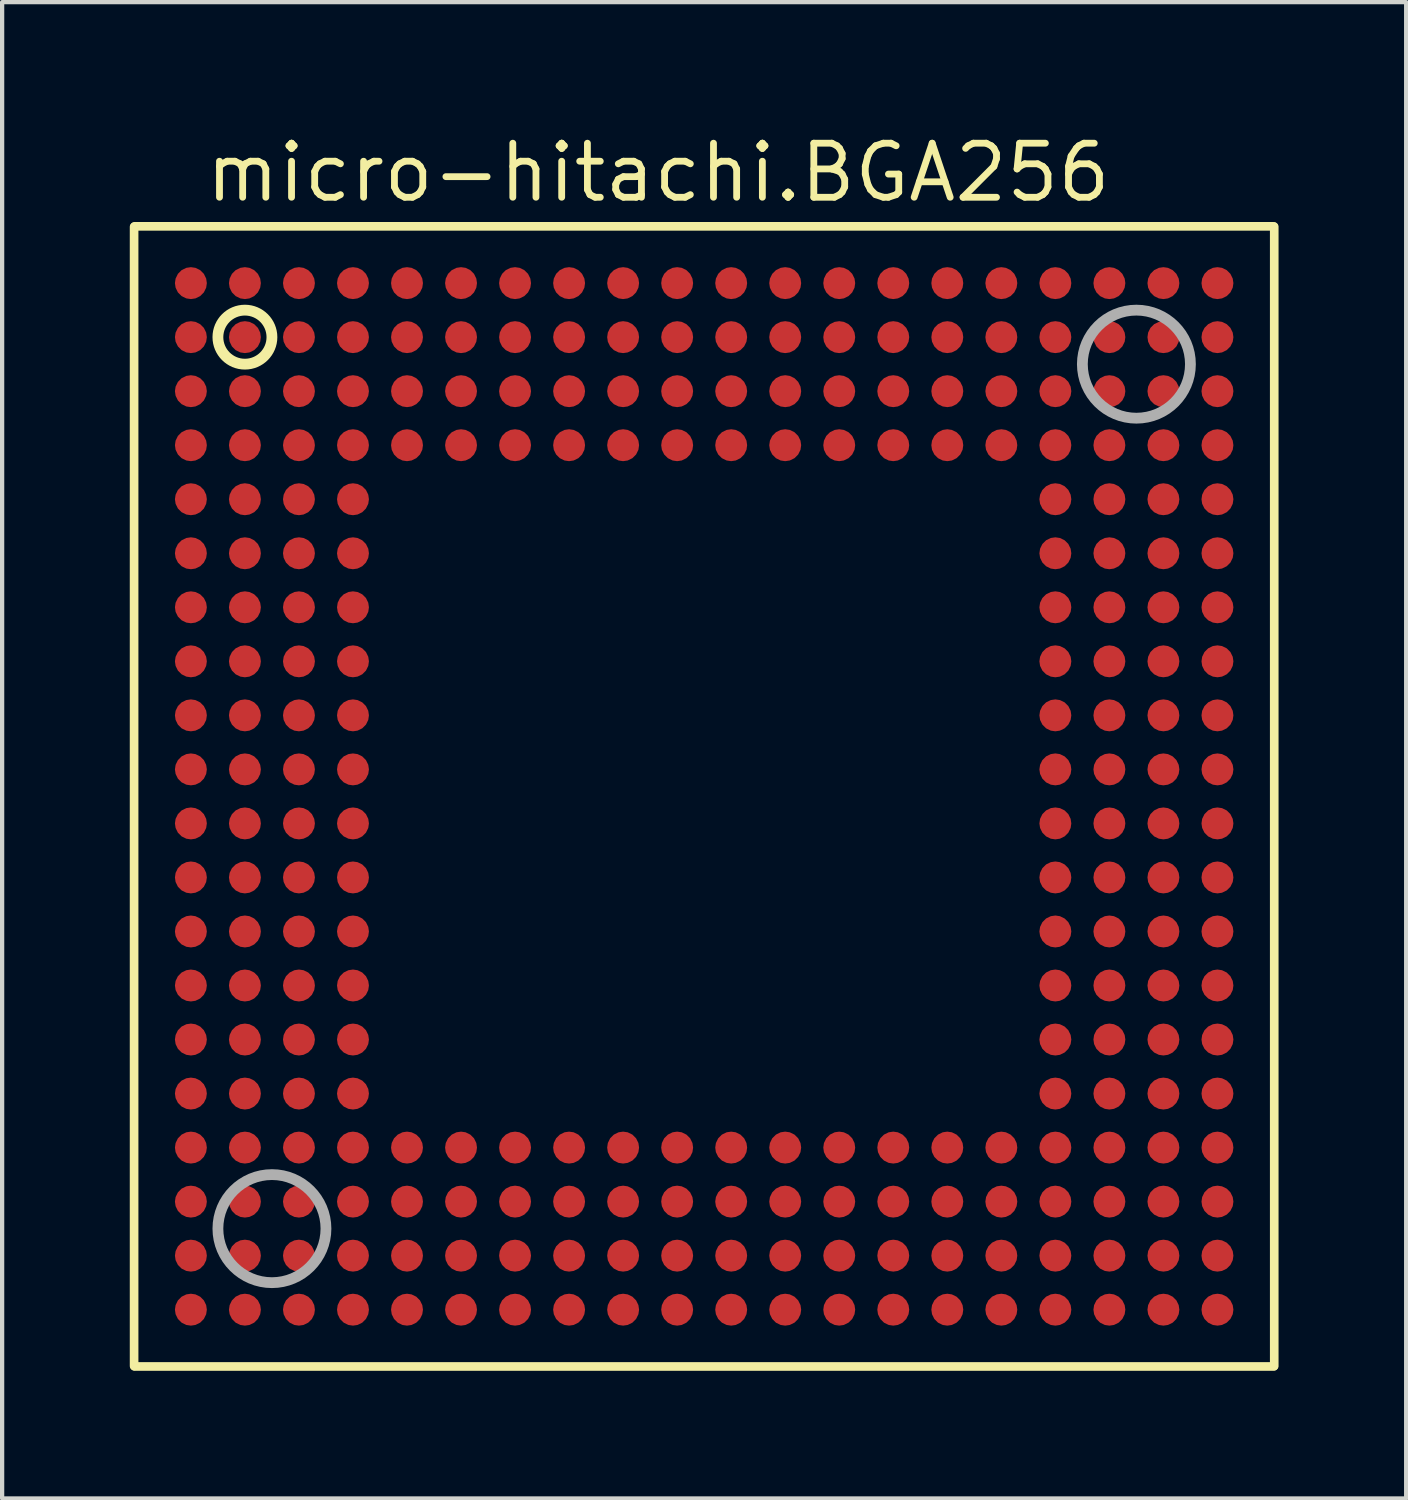
<source format=kicad_pcb>
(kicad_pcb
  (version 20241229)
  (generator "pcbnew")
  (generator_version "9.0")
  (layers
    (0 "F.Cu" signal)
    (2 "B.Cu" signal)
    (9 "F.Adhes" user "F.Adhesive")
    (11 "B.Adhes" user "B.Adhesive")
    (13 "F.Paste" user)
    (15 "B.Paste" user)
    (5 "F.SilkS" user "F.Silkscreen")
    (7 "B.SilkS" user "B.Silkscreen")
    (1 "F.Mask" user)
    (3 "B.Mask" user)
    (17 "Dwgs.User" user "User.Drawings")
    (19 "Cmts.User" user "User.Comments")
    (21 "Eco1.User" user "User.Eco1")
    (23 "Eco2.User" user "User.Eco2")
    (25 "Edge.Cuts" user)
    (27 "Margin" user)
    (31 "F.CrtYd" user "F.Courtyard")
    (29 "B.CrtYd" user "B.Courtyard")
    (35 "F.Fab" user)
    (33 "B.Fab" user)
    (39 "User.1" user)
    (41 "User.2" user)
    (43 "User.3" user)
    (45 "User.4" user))
  (footprint "micro-hitachi.BGA256"
    (layer "F.Cu")
    (at 13.502 15.67)
    (property "Reference" "micro-hitachi.BGA256" (at -11.8 -13.92 0) (layer "F.SilkS") (effects (font (size 1.27 1.27) (thickness 0.16)) (justify left bottom)))
    (attr smd)
    (fp_line (start -13.4 13.389) (end -13.4 -13.389) (stroke (width 0.203) (type default)) (layer "F.SilkS"))
    (fp_line (start -13.389 -13.4) (end 13.389 -13.4) (stroke (width 0.203) (type default)) (layer "F.SilkS"))
    (fp_line (start 13.389 13.4) (end -13.389 13.4) (stroke (width 0.203) (type default)) (layer "F.SilkS"))
    (fp_line (start 13.4 -13.389) (end 13.4 13.389) (stroke (width 0.203) (type default)) (layer "F.SilkS"))
    (fp_circle (center -10.795 -10.795) (end -10.16 -10.795) (stroke (width 0.254) (type default)) (fill no) (layer "F.SilkS"))
    (fp_circle (center -10.16 10.16) (end -8.89 10.16) (stroke (width 0.254) (type default)) (fill no) (layer "F.Fab"))
    (fp_circle (center 10.16 -10.16) (end 11.43 -10.16) (stroke (width 0.254) (type default)) (fill no) (layer "F.Fab"))
    (pad "A1" smd roundrect (at -12.065 -12.065) (size 0.75 0.75) (layers "F.Cu" "F.Mask" "F.Paste") (roundrect_rratio 0.5))
    (pad "A2" smd roundrect (at -10.795 -12.065) (size 0.75 0.75) (layers "F.Cu" "F.Mask" "F.Paste") (roundrect_rratio 0.5))
    (pad "A3" smd roundrect (at -9.525 -12.065) (size 0.75 0.75) (layers "F.Cu" "F.Mask" "F.Paste") (roundrect_rratio 0.5))
    (pad "A4" smd roundrect (at -8.255 -12.065) (size 0.75 0.75) (layers "F.Cu" "F.Mask" "F.Paste") (roundrect_rratio 0.5))
    (pad "A5" smd roundrect (at -6.985 -12.065) (size 0.75 0.75) (layers "F.Cu" "F.Mask" "F.Paste") (roundrect_rratio 0.5))
    (pad "A6" smd roundrect (at -5.715 -12.065) (size 0.75 0.75) (layers "F.Cu" "F.Mask" "F.Paste") (roundrect_rratio 0.5))
    (pad "A7" smd roundrect (at -4.445 -12.065) (size 0.75 0.75) (layers "F.Cu" "F.Mask" "F.Paste") (roundrect_rratio 0.5))
    (pad "A8" smd roundrect (at -3.175 -12.065) (size 0.75 0.75) (layers "F.Cu" "F.Mask" "F.Paste") (roundrect_rratio 0.5))
    (pad "A9" smd roundrect (at -1.905 -12.065) (size 0.75 0.75) (layers "F.Cu" "F.Mask" "F.Paste") (roundrect_rratio 0.5))
    (pad "A10" smd roundrect (at -0.635 -12.065) (size 0.75 0.75) (layers "F.Cu" "F.Mask" "F.Paste") (roundrect_rratio 0.5))
    (pad "A11" smd roundrect (at 0.635 -12.065) (size 0.75 0.75) (layers "F.Cu" "F.Mask" "F.Paste") (roundrect_rratio 0.5))
    (pad "A12" smd roundrect (at 1.905 -12.065) (size 0.75 0.75) (layers "F.Cu" "F.Mask" "F.Paste") (roundrect_rratio 0.5))
    (pad "A13" smd roundrect (at 3.175 -12.065) (size 0.75 0.75) (layers "F.Cu" "F.Mask" "F.Paste") (roundrect_rratio 0.5))
    (pad "A14" smd roundrect (at 4.445 -12.065) (size 0.75 0.75) (layers "F.Cu" "F.Mask" "F.Paste") (roundrect_rratio 0.5))
    (pad "A15" smd roundrect (at 5.715 -12.065) (size 0.75 0.75) (layers "F.Cu" "F.Mask" "F.Paste") (roundrect_rratio 0.5))
    (pad "A16" smd roundrect (at 6.985 -12.065) (size 0.75 0.75) (layers "F.Cu" "F.Mask" "F.Paste") (roundrect_rratio 0.5))
    (pad "A17" smd roundrect (at 8.255 -12.065) (size 0.75 0.75) (layers "F.Cu" "F.Mask" "F.Paste") (roundrect_rratio 0.5))
    (pad "A18" smd roundrect (at 9.525 -12.065) (size 0.75 0.75) (layers "F.Cu" "F.Mask" "F.Paste") (roundrect_rratio 0.5))
    (pad "A19" smd roundrect (at 10.795 -12.065) (size 0.75 0.75) (layers "F.Cu" "F.Mask" "F.Paste") (roundrect_rratio 0.5))
    (pad "A20" smd roundrect (at 12.065 -12.065) (size 0.75 0.75) (layers "F.Cu" "F.Mask" "F.Paste") (roundrect_rratio 0.5))
    (pad "B1" smd roundrect (at -12.065 -10.795) (size 0.75 0.75) (layers "F.Cu" "F.Mask" "F.Paste") (roundrect_rratio 0.5))
    (pad "B2" smd roundrect (at -10.795 -10.795) (size 0.75 0.75) (layers "F.Cu" "F.Mask" "F.Paste") (roundrect_rratio 0.5))
    (pad "B3" smd roundrect (at -9.525 -10.795) (size 0.75 0.75) (layers "F.Cu" "F.Mask" "F.Paste") (roundrect_rratio 0.5))
    (pad "B4" smd roundrect (at -8.255 -10.795) (size 0.75 0.75) (layers "F.Cu" "F.Mask" "F.Paste") (roundrect_rratio 0.5))
    (pad "B5" smd roundrect (at -6.985 -10.795) (size 0.75 0.75) (layers "F.Cu" "F.Mask" "F.Paste") (roundrect_rratio 0.5))
    (pad "B6" smd roundrect (at -5.715 -10.795) (size 0.75 0.75) (layers "F.Cu" "F.Mask" "F.Paste") (roundrect_rratio 0.5))
    (pad "B7" smd roundrect (at -4.445 -10.795) (size 0.75 0.75) (layers "F.Cu" "F.Mask" "F.Paste") (roundrect_rratio 0.5))
    (pad "B8" smd roundrect (at -3.175 -10.795) (size 0.75 0.75) (layers "F.Cu" "F.Mask" "F.Paste") (roundrect_rratio 0.5))
    (pad "B9" smd roundrect (at -1.905 -10.795) (size 0.75 0.75) (layers "F.Cu" "F.Mask" "F.Paste") (roundrect_rratio 0.5))
    (pad "B10" smd roundrect (at -0.635 -10.795) (size 0.75 0.75) (layers "F.Cu" "F.Mask" "F.Paste") (roundrect_rratio 0.5))
    (pad "B11" smd roundrect (at 0.635 -10.795) (size 0.75 0.75) (layers "F.Cu" "F.Mask" "F.Paste") (roundrect_rratio 0.5))
    (pad "B12" smd roundrect (at 1.905 -10.795) (size 0.75 0.75) (layers "F.Cu" "F.Mask" "F.Paste") (roundrect_rratio 0.5))
    (pad "B13" smd roundrect (at 3.175 -10.795) (size 0.75 0.75) (layers "F.Cu" "F.Mask" "F.Paste") (roundrect_rratio 0.5))
    (pad "B14" smd roundrect (at 4.445 -10.795) (size 0.75 0.75) (layers "F.Cu" "F.Mask" "F.Paste") (roundrect_rratio 0.5))
    (pad "B15" smd roundrect (at 5.715 -10.795) (size 0.75 0.75) (layers "F.Cu" "F.Mask" "F.Paste") (roundrect_rratio 0.5))
    (pad "B16" smd roundrect (at 6.985 -10.795) (size 0.75 0.75) (layers "F.Cu" "F.Mask" "F.Paste") (roundrect_rratio 0.5))
    (pad "B17" smd roundrect (at 8.255 -10.795) (size 0.75 0.75) (layers "F.Cu" "F.Mask" "F.Paste") (roundrect_rratio 0.5))
    (pad "B18" smd roundrect (at 9.525 -10.795) (size 0.75 0.75) (layers "F.Cu" "F.Mask" "F.Paste") (roundrect_rratio 0.5))
    (pad "B19" smd roundrect (at 10.795 -10.795) (size 0.75 0.75) (layers "F.Cu" "F.Mask" "F.Paste") (roundrect_rratio 0.5))
    (pad "B20" smd roundrect (at 12.065 -10.795) (size 0.75 0.75) (layers "F.Cu" "F.Mask" "F.Paste") (roundrect_rratio 0.5))
    (pad "C1" smd roundrect (at -12.065 -9.525) (size 0.75 0.75) (layers "F.Cu" "F.Mask" "F.Paste") (roundrect_rratio 0.5))
    (pad "C2" smd roundrect (at -10.795 -9.525) (size 0.75 0.75) (layers "F.Cu" "F.Mask" "F.Paste") (roundrect_rratio 0.5))
    (pad "C3" smd roundrect (at -9.525 -9.525) (size 0.75 0.75) (layers "F.Cu" "F.Mask" "F.Paste") (roundrect_rratio 0.5))
    (pad "C4" smd roundrect (at -8.255 -9.525) (size 0.75 0.75) (layers "F.Cu" "F.Mask" "F.Paste") (roundrect_rratio 0.5))
    (pad "C5" smd roundrect (at -6.985 -9.525) (size 0.75 0.75) (layers "F.Cu" "F.Mask" "F.Paste") (roundrect_rratio 0.5))
    (pad "C6" smd roundrect (at -5.715 -9.525) (size 0.75 0.75) (layers "F.Cu" "F.Mask" "F.Paste") (roundrect_rratio 0.5))
    (pad "C7" smd roundrect (at -4.445 -9.525) (size 0.75 0.75) (layers "F.Cu" "F.Mask" "F.Paste") (roundrect_rratio 0.5))
    (pad "C8" smd roundrect (at -3.175 -9.525) (size 0.75 0.75) (layers "F.Cu" "F.Mask" "F.Paste") (roundrect_rratio 0.5))
    (pad "C9" smd roundrect (at -1.905 -9.525) (size 0.75 0.75) (layers "F.Cu" "F.Mask" "F.Paste") (roundrect_rratio 0.5))
    (pad "C10" smd roundrect (at -0.635 -9.525) (size 0.75 0.75) (layers "F.Cu" "F.Mask" "F.Paste") (roundrect_rratio 0.5))
    (pad "C11" smd roundrect (at 0.635 -9.525) (size 0.75 0.75) (layers "F.Cu" "F.Mask" "F.Paste") (roundrect_rratio 0.5))
    (pad "C12" smd roundrect (at 1.905 -9.525) (size 0.75 0.75) (layers "F.Cu" "F.Mask" "F.Paste") (roundrect_rratio 0.5))
    (pad "C13" smd roundrect (at 3.175 -9.525) (size 0.75 0.75) (layers "F.Cu" "F.Mask" "F.Paste") (roundrect_rratio 0.5))
    (pad "C14" smd roundrect (at 4.445 -9.525) (size 0.75 0.75) (layers "F.Cu" "F.Mask" "F.Paste") (roundrect_rratio 0.5))
    (pad "C15" smd roundrect (at 5.715 -9.525) (size 0.75 0.75) (layers "F.Cu" "F.Mask" "F.Paste") (roundrect_rratio 0.5))
    (pad "C16" smd roundrect (at 6.985 -9.525) (size 0.75 0.75) (layers "F.Cu" "F.Mask" "F.Paste") (roundrect_rratio 0.5))
    (pad "C17" smd roundrect (at 8.255 -9.525) (size 0.75 0.75) (layers "F.Cu" "F.Mask" "F.Paste") (roundrect_rratio 0.5))
    (pad "C18" smd roundrect (at 9.525 -9.525) (size 0.75 0.75) (layers "F.Cu" "F.Mask" "F.Paste") (roundrect_rratio 0.5))
    (pad "C19" smd roundrect (at 10.795 -9.525) (size 0.75 0.75) (layers "F.Cu" "F.Mask" "F.Paste") (roundrect_rratio 0.5))
    (pad "C20" smd roundrect (at 12.065 -9.525) (size 0.75 0.75) (layers "F.Cu" "F.Mask" "F.Paste") (roundrect_rratio 0.5))
    (pad "D1" smd roundrect (at -12.065 -8.255) (size 0.75 0.75) (layers "F.Cu" "F.Mask" "F.Paste") (roundrect_rratio 0.5))
    (pad "D2" smd roundrect (at -10.795 -8.255) (size 0.75 0.75) (layers "F.Cu" "F.Mask" "F.Paste") (roundrect_rratio 0.5))
    (pad "D3" smd roundrect (at -9.525 -8.255) (size 0.75 0.75) (layers "F.Cu" "F.Mask" "F.Paste") (roundrect_rratio 0.5))
    (pad "D4" smd roundrect (at -8.255 -8.255) (size 0.75 0.75) (layers "F.Cu" "F.Mask" "F.Paste") (roundrect_rratio 0.5))
    (pad "D5" smd roundrect (at -6.985 -8.255) (size 0.75 0.75) (layers "F.Cu" "F.Mask" "F.Paste") (roundrect_rratio 0.5))
    (pad "D6" smd roundrect (at -5.715 -8.255) (size 0.75 0.75) (layers "F.Cu" "F.Mask" "F.Paste") (roundrect_rratio 0.5))
    (pad "D7" smd roundrect (at -4.445 -8.255) (size 0.75 0.75) (layers "F.Cu" "F.Mask" "F.Paste") (roundrect_rratio 0.5))
    (pad "D8" smd roundrect (at -3.175 -8.255) (size 0.75 0.75) (layers "F.Cu" "F.Mask" "F.Paste") (roundrect_rratio 0.5))
    (pad "D9" smd roundrect (at -1.905 -8.255) (size 0.75 0.75) (layers "F.Cu" "F.Mask" "F.Paste") (roundrect_rratio 0.5))
    (pad "D10" smd roundrect (at -0.635 -8.255) (size 0.75 0.75) (layers "F.Cu" "F.Mask" "F.Paste") (roundrect_rratio 0.5))
    (pad "D11" smd roundrect (at 0.635 -8.255) (size 0.75 0.75) (layers "F.Cu" "F.Mask" "F.Paste") (roundrect_rratio 0.5))
    (pad "D12" smd roundrect (at 1.905 -8.255) (size 0.75 0.75) (layers "F.Cu" "F.Mask" "F.Paste") (roundrect_rratio 0.5))
    (pad "D13" smd roundrect (at 3.175 -8.255) (size 0.75 0.75) (layers "F.Cu" "F.Mask" "F.Paste") (roundrect_rratio 0.5))
    (pad "D14" smd roundrect (at 4.445 -8.255) (size 0.75 0.75) (layers "F.Cu" "F.Mask" "F.Paste") (roundrect_rratio 0.5))
    (pad "D15" smd roundrect (at 5.715 -8.255) (size 0.75 0.75) (layers "F.Cu" "F.Mask" "F.Paste") (roundrect_rratio 0.5))
    (pad "D16" smd roundrect (at 6.985 -8.255) (size 0.75 0.75) (layers "F.Cu" "F.Mask" "F.Paste") (roundrect_rratio 0.5))
    (pad "D17" smd roundrect (at 8.255 -8.255) (size 0.75 0.75) (layers "F.Cu" "F.Mask" "F.Paste") (roundrect_rratio 0.5))
    (pad "D18" smd roundrect (at 9.525 -8.255) (size 0.75 0.75) (layers "F.Cu" "F.Mask" "F.Paste") (roundrect_rratio 0.5))
    (pad "D19" smd roundrect (at 10.795 -8.255) (size 0.75 0.75) (layers "F.Cu" "F.Mask" "F.Paste") (roundrect_rratio 0.5))
    (pad "D20" smd roundrect (at 12.065 -8.255) (size 0.75 0.75) (layers "F.Cu" "F.Mask" "F.Paste") (roundrect_rratio 0.5))
    (pad "E1" smd roundrect (at -12.065 -6.985) (size 0.75 0.75) (layers "F.Cu" "F.Mask" "F.Paste") (roundrect_rratio 0.5))
    (pad "E2" smd roundrect (at -10.795 -6.985) (size 0.75 0.75) (layers "F.Cu" "F.Mask" "F.Paste") (roundrect_rratio 0.5))
    (pad "E3" smd roundrect (at -9.525 -6.985) (size 0.75 0.75) (layers "F.Cu" "F.Mask" "F.Paste") (roundrect_rratio 0.5))
    (pad "E4" smd roundrect (at -8.255 -6.985) (size 0.75 0.75) (layers "F.Cu" "F.Mask" "F.Paste") (roundrect_rratio 0.5))
    (pad "E17" smd roundrect (at 8.255 -6.985) (size 0.75 0.75) (layers "F.Cu" "F.Mask" "F.Paste") (roundrect_rratio 0.5))
    (pad "E18" smd roundrect (at 9.525 -6.985) (size 0.75 0.75) (layers "F.Cu" "F.Mask" "F.Paste") (roundrect_rratio 0.5))
    (pad "E19" smd roundrect (at 10.795 -6.985) (size 0.75 0.75) (layers "F.Cu" "F.Mask" "F.Paste") (roundrect_rratio 0.5))
    (pad "E20" smd roundrect (at 12.065 -6.985) (size 0.75 0.75) (layers "F.Cu" "F.Mask" "F.Paste") (roundrect_rratio 0.5))
    (pad "F1" smd roundrect (at -12.065 -5.715) (size 0.75 0.75) (layers "F.Cu" "F.Mask" "F.Paste") (roundrect_rratio 0.5))
    (pad "F2" smd roundrect (at -10.795 -5.715) (size 0.75 0.75) (layers "F.Cu" "F.Mask" "F.Paste") (roundrect_rratio 0.5))
    (pad "F3" smd roundrect (at -9.525 -5.715) (size 0.75 0.75) (layers "F.Cu" "F.Mask" "F.Paste") (roundrect_rratio 0.5))
    (pad "F4" smd roundrect (at -8.255 -5.715) (size 0.75 0.75) (layers "F.Cu" "F.Mask" "F.Paste") (roundrect_rratio 0.5))
    (pad "F17" smd roundrect (at 8.255 -5.715) (size 0.75 0.75) (layers "F.Cu" "F.Mask" "F.Paste") (roundrect_rratio 0.5))
    (pad "F18" smd roundrect (at 9.525 -5.715) (size 0.75 0.75) (layers "F.Cu" "F.Mask" "F.Paste") (roundrect_rratio 0.5))
    (pad "F19" smd roundrect (at 10.795 -5.715) (size 0.75 0.75) (layers "F.Cu" "F.Mask" "F.Paste") (roundrect_rratio 0.5))
    (pad "F20" smd roundrect (at 12.065 -5.715) (size 0.75 0.75) (layers "F.Cu" "F.Mask" "F.Paste") (roundrect_rratio 0.5))
    (pad "G1" smd roundrect (at -12.065 -4.445) (size 0.75 0.75) (layers "F.Cu" "F.Mask" "F.Paste") (roundrect_rratio 0.5))
    (pad "G2" smd roundrect (at -10.795 -4.445) (size 0.75 0.75) (layers "F.Cu" "F.Mask" "F.Paste") (roundrect_rratio 0.5))
    (pad "G3" smd roundrect (at -9.525 -4.445) (size 0.75 0.75) (layers "F.Cu" "F.Mask" "F.Paste") (roundrect_rratio 0.5))
    (pad "G4" smd roundrect (at -8.255 -4.445) (size 0.75 0.75) (layers "F.Cu" "F.Mask" "F.Paste") (roundrect_rratio 0.5))
    (pad "G17" smd roundrect (at 8.255 -4.445) (size 0.75 0.75) (layers "F.Cu" "F.Mask" "F.Paste") (roundrect_rratio 0.5))
    (pad "G18" smd roundrect (at 9.525 -4.445) (size 0.75 0.75) (layers "F.Cu" "F.Mask" "F.Paste") (roundrect_rratio 0.5))
    (pad "G19" smd roundrect (at 10.795 -4.445) (size 0.75 0.75) (layers "F.Cu" "F.Mask" "F.Paste") (roundrect_rratio 0.5))
    (pad "G20" smd roundrect (at 12.065 -4.445) (size 0.75 0.75) (layers "F.Cu" "F.Mask" "F.Paste") (roundrect_rratio 0.5))
    (pad "H1" smd roundrect (at -12.065 -3.175) (size 0.75 0.75) (layers "F.Cu" "F.Mask" "F.Paste") (roundrect_rratio 0.5))
    (pad "H2" smd roundrect (at -10.795 -3.175) (size 0.75 0.75) (layers "F.Cu" "F.Mask" "F.Paste") (roundrect_rratio 0.5))
    (pad "H3" smd roundrect (at -9.525 -3.175) (size 0.75 0.75) (layers "F.Cu" "F.Mask" "F.Paste") (roundrect_rratio 0.5))
    (pad "H4" smd roundrect (at -8.255 -3.175) (size 0.75 0.75) (layers "F.Cu" "F.Mask" "F.Paste") (roundrect_rratio 0.5))
    (pad "H17" smd roundrect (at 8.255 -3.175) (size 0.75 0.75) (layers "F.Cu" "F.Mask" "F.Paste") (roundrect_rratio 0.5))
    (pad "H18" smd roundrect (at 9.525 -3.175) (size 0.75 0.75) (layers "F.Cu" "F.Mask" "F.Paste") (roundrect_rratio 0.5))
    (pad "H19" smd roundrect (at 10.795 -3.175) (size 0.75 0.75) (layers "F.Cu" "F.Mask" "F.Paste") (roundrect_rratio 0.5))
    (pad "H20" smd roundrect (at 12.065 -3.175) (size 0.75 0.75) (layers "F.Cu" "F.Mask" "F.Paste") (roundrect_rratio 0.5))
    (pad "J1" smd roundrect (at -12.065 -1.905) (size 0.75 0.75) (layers "F.Cu" "F.Mask" "F.Paste") (roundrect_rratio 0.5))
    (pad "J2" smd roundrect (at -10.795 -1.905) (size 0.75 0.75) (layers "F.Cu" "F.Mask" "F.Paste") (roundrect_rratio 0.5))
    (pad "J3" smd roundrect (at -9.525 -1.905) (size 0.75 0.75) (layers "F.Cu" "F.Mask" "F.Paste") (roundrect_rratio 0.5))
    (pad "J4" smd roundrect (at -8.255 -1.905) (size 0.75 0.75) (layers "F.Cu" "F.Mask" "F.Paste") (roundrect_rratio 0.5))
    (pad "J17" smd roundrect (at 8.255 -1.905) (size 0.75 0.75) (layers "F.Cu" "F.Mask" "F.Paste") (roundrect_rratio 0.5))
    (pad "J18" smd roundrect (at 9.525 -1.905) (size 0.75 0.75) (layers "F.Cu" "F.Mask" "F.Paste") (roundrect_rratio 0.5))
    (pad "J19" smd roundrect (at 10.795 -1.905) (size 0.75 0.75) (layers "F.Cu" "F.Mask" "F.Paste") (roundrect_rratio 0.5))
    (pad "J20" smd roundrect (at 12.065 -1.905) (size 0.75 0.75) (layers "F.Cu" "F.Mask" "F.Paste") (roundrect_rratio 0.5))
    (pad "K1" smd roundrect (at -12.065 -0.635) (size 0.75 0.75) (layers "F.Cu" "F.Mask" "F.Paste") (roundrect_rratio 0.5))
    (pad "K2" smd roundrect (at -10.795 -0.635) (size 0.75 0.75) (layers "F.Cu" "F.Mask" "F.Paste") (roundrect_rratio 0.5))
    (pad "K3" smd roundrect (at -9.525 -0.635) (size 0.75 0.75) (layers "F.Cu" "F.Mask" "F.Paste") (roundrect_rratio 0.5))
    (pad "K4" smd roundrect (at -8.255 -0.635) (size 0.75 0.75) (layers "F.Cu" "F.Mask" "F.Paste") (roundrect_rratio 0.5))
    (pad "K17" smd roundrect (at 8.255 -0.635) (size 0.75 0.75) (layers "F.Cu" "F.Mask" "F.Paste") (roundrect_rratio 0.5))
    (pad "K18" smd roundrect (at 9.525 -0.635) (size 0.75 0.75) (layers "F.Cu" "F.Mask" "F.Paste") (roundrect_rratio 0.5))
    (pad "K19" smd roundrect (at 10.795 -0.635) (size 0.75 0.75) (layers "F.Cu" "F.Mask" "F.Paste") (roundrect_rratio 0.5))
    (pad "K20" smd roundrect (at 12.065 -0.635) (size 0.75 0.75) (layers "F.Cu" "F.Mask" "F.Paste") (roundrect_rratio 0.5))
    (pad "L1" smd roundrect (at -12.065 0.635) (size 0.75 0.75) (layers "F.Cu" "F.Mask" "F.Paste") (roundrect_rratio 0.5))
    (pad "L2" smd roundrect (at -10.795 0.635) (size 0.75 0.75) (layers "F.Cu" "F.Mask" "F.Paste") (roundrect_rratio 0.5))
    (pad "L3" smd roundrect (at -9.525 0.635) (size 0.75 0.75) (layers "F.Cu" "F.Mask" "F.Paste") (roundrect_rratio 0.5))
    (pad "L4" smd roundrect (at -8.255 0.635) (size 0.75 0.75) (layers "F.Cu" "F.Mask" "F.Paste") (roundrect_rratio 0.5))
    (pad "L17" smd roundrect (at 8.255 0.635) (size 0.75 0.75) (layers "F.Cu" "F.Mask" "F.Paste") (roundrect_rratio 0.5))
    (pad "L18" smd roundrect (at 9.525 0.635) (size 0.75 0.75) (layers "F.Cu" "F.Mask" "F.Paste") (roundrect_rratio 0.5))
    (pad "L19" smd roundrect (at 10.795 0.635) (size 0.75 0.75) (layers "F.Cu" "F.Mask" "F.Paste") (roundrect_rratio 0.5))
    (pad "L20" smd roundrect (at 12.065 0.635) (size 0.75 0.75) (layers "F.Cu" "F.Mask" "F.Paste") (roundrect_rratio 0.5))
    (pad "M1" smd roundrect (at -12.065 1.905) (size 0.75 0.75) (layers "F.Cu" "F.Mask" "F.Paste") (roundrect_rratio 0.5))
    (pad "M2" smd roundrect (at -10.795 1.905) (size 0.75 0.75) (layers "F.Cu" "F.Mask" "F.Paste") (roundrect_rratio 0.5))
    (pad "M3" smd roundrect (at -9.525 1.905) (size 0.75 0.75) (layers "F.Cu" "F.Mask" "F.Paste") (roundrect_rratio 0.5))
    (pad "M4" smd roundrect (at -8.255 1.905) (size 0.75 0.75) (layers "F.Cu" "F.Mask" "F.Paste") (roundrect_rratio 0.5))
    (pad "M17" smd roundrect (at 8.255 1.905) (size 0.75 0.75) (layers "F.Cu" "F.Mask" "F.Paste") (roundrect_rratio 0.5))
    (pad "M18" smd roundrect (at 9.525 1.905) (size 0.75 0.75) (layers "F.Cu" "F.Mask" "F.Paste") (roundrect_rratio 0.5))
    (pad "M19" smd roundrect (at 10.795 1.905) (size 0.75 0.75) (layers "F.Cu" "F.Mask" "F.Paste") (roundrect_rratio 0.5))
    (pad "M20" smd roundrect (at 12.065 1.905) (size 0.75 0.75) (layers "F.Cu" "F.Mask" "F.Paste") (roundrect_rratio 0.5))
    (pad "N1" smd roundrect (at -12.065 3.175) (size 0.75 0.75) (layers "F.Cu" "F.Mask" "F.Paste") (roundrect_rratio 0.5))
    (pad "N2" smd roundrect (at -10.795 3.175) (size 0.75 0.75) (layers "F.Cu" "F.Mask" "F.Paste") (roundrect_rratio 0.5))
    (pad "N3" smd roundrect (at -9.525 3.175) (size 0.75 0.75) (layers "F.Cu" "F.Mask" "F.Paste") (roundrect_rratio 0.5))
    (pad "N4" smd roundrect (at -8.255 3.175) (size 0.75 0.75) (layers "F.Cu" "F.Mask" "F.Paste") (roundrect_rratio 0.5))
    (pad "N17" smd roundrect (at 8.255 3.175) (size 0.75 0.75) (layers "F.Cu" "F.Mask" "F.Paste") (roundrect_rratio 0.5))
    (pad "N18" smd roundrect (at 9.525 3.175) (size 0.75 0.75) (layers "F.Cu" "F.Mask" "F.Paste") (roundrect_rratio 0.5))
    (pad "N19" smd roundrect (at 10.795 3.175) (size 0.75 0.75) (layers "F.Cu" "F.Mask" "F.Paste") (roundrect_rratio 0.5))
    (pad "N20" smd roundrect (at 12.065 3.175) (size 0.75 0.75) (layers "F.Cu" "F.Mask" "F.Paste") (roundrect_rratio 0.5))
    (pad "P1" smd roundrect (at -12.065 4.445) (size 0.75 0.75) (layers "F.Cu" "F.Mask" "F.Paste") (roundrect_rratio 0.5))
    (pad "P2" smd roundrect (at -10.795 4.445) (size 0.75 0.75) (layers "F.Cu" "F.Mask" "F.Paste") (roundrect_rratio 0.5))
    (pad "P3" smd roundrect (at -9.525 4.445) (size 0.75 0.75) (layers "F.Cu" "F.Mask" "F.Paste") (roundrect_rratio 0.5))
    (pad "P4" smd roundrect (at -8.255 4.445) (size 0.75 0.75) (layers "F.Cu" "F.Mask" "F.Paste") (roundrect_rratio 0.5))
    (pad "P17" smd roundrect (at 8.255 4.445) (size 0.75 0.75) (layers "F.Cu" "F.Mask" "F.Paste") (roundrect_rratio 0.5))
    (pad "P18" smd roundrect (at 9.525 4.445) (size 0.75 0.75) (layers "F.Cu" "F.Mask" "F.Paste") (roundrect_rratio 0.5))
    (pad "P19" smd roundrect (at 10.795 4.445) (size 0.75 0.75) (layers "F.Cu" "F.Mask" "F.Paste") (roundrect_rratio 0.5))
    (pad "P20" smd roundrect (at 12.065 4.445) (size 0.75 0.75) (layers "F.Cu" "F.Mask" "F.Paste") (roundrect_rratio 0.5))
    (pad "R1" smd roundrect (at -12.065 5.715) (size 0.75 0.75) (layers "F.Cu" "F.Mask" "F.Paste") (roundrect_rratio 0.5))
    (pad "R2" smd roundrect (at -10.795 5.715) (size 0.75 0.75) (layers "F.Cu" "F.Mask" "F.Paste") (roundrect_rratio 0.5))
    (pad "R3" smd roundrect (at -9.525 5.715) (size 0.75 0.75) (layers "F.Cu" "F.Mask" "F.Paste") (roundrect_rratio 0.5))
    (pad "R4" smd roundrect (at -8.255 5.715) (size 0.75 0.75) (layers "F.Cu" "F.Mask" "F.Paste") (roundrect_rratio 0.5))
    (pad "R17" smd roundrect (at 8.255 5.715) (size 0.75 0.75) (layers "F.Cu" "F.Mask" "F.Paste") (roundrect_rratio 0.5))
    (pad "R18" smd roundrect (at 9.525 5.715) (size 0.75 0.75) (layers "F.Cu" "F.Mask" "F.Paste") (roundrect_rratio 0.5))
    (pad "R19" smd roundrect (at 10.795 5.715) (size 0.75 0.75) (layers "F.Cu" "F.Mask" "F.Paste") (roundrect_rratio 0.5))
    (pad "R20" smd roundrect (at 12.065 5.715) (size 0.75 0.75) (layers "F.Cu" "F.Mask" "F.Paste") (roundrect_rratio 0.5))
    (pad "T1" smd roundrect (at -12.065 6.985) (size 0.75 0.75) (layers "F.Cu" "F.Mask" "F.Paste") (roundrect_rratio 0.5))
    (pad "T2" smd roundrect (at -10.795 6.985) (size 0.75 0.75) (layers "F.Cu" "F.Mask" "F.Paste") (roundrect_rratio 0.5))
    (pad "T3" smd roundrect (at -9.525 6.985) (size 0.75 0.75) (layers "F.Cu" "F.Mask" "F.Paste") (roundrect_rratio 0.5))
    (pad "T4" smd roundrect (at -8.255 6.985) (size 0.75 0.75) (layers "F.Cu" "F.Mask" "F.Paste") (roundrect_rratio 0.5))
    (pad "T17" smd roundrect (at 8.255 6.985) (size 0.75 0.75) (layers "F.Cu" "F.Mask" "F.Paste") (roundrect_rratio 0.5))
    (pad "T18" smd roundrect (at 9.525 6.985) (size 0.75 0.75) (layers "F.Cu" "F.Mask" "F.Paste") (roundrect_rratio 0.5))
    (pad "T19" smd roundrect (at 10.795 6.985) (size 0.75 0.75) (layers "F.Cu" "F.Mask" "F.Paste") (roundrect_rratio 0.5))
    (pad "T20" smd roundrect (at 12.065 6.985) (size 0.75 0.75) (layers "F.Cu" "F.Mask" "F.Paste") (roundrect_rratio 0.5))
    (pad "U1" smd roundrect (at -12.065 8.255) (size 0.75 0.75) (layers "F.Cu" "F.Mask" "F.Paste") (roundrect_rratio 0.5))
    (pad "U2" smd roundrect (at -10.795 8.255) (size 0.75 0.75) (layers "F.Cu" "F.Mask" "F.Paste") (roundrect_rratio 0.5))
    (pad "U3" smd roundrect (at -9.525 8.255) (size 0.75 0.75) (layers "F.Cu" "F.Mask" "F.Paste") (roundrect_rratio 0.5))
    (pad "U4" smd roundrect (at -8.255 8.255) (size 0.75 0.75) (layers "F.Cu" "F.Mask" "F.Paste") (roundrect_rratio 0.5))
    (pad "U5" smd roundrect (at -6.985 8.255) (size 0.75 0.75) (layers "F.Cu" "F.Mask" "F.Paste") (roundrect_rratio 0.5))
    (pad "U6" smd roundrect (at -5.715 8.255) (size 0.75 0.75) (layers "F.Cu" "F.Mask" "F.Paste") (roundrect_rratio 0.5))
    (pad "U7" smd roundrect (at -4.445 8.255) (size 0.75 0.75) (layers "F.Cu" "F.Mask" "F.Paste") (roundrect_rratio 0.5))
    (pad "U8" smd roundrect (at -3.175 8.255) (size 0.75 0.75) (layers "F.Cu" "F.Mask" "F.Paste") (roundrect_rratio 0.5))
    (pad "U9" smd roundrect (at -1.905 8.255) (size 0.75 0.75) (layers "F.Cu" "F.Mask" "F.Paste") (roundrect_rratio 0.5))
    (pad "U10" smd roundrect (at -0.635 8.255) (size 0.75 0.75) (layers "F.Cu" "F.Mask" "F.Paste") (roundrect_rratio 0.5))
    (pad "U11" smd roundrect (at 0.635 8.255) (size 0.75 0.75) (layers "F.Cu" "F.Mask" "F.Paste") (roundrect_rratio 0.5))
    (pad "U12" smd roundrect (at 1.905 8.255) (size 0.75 0.75) (layers "F.Cu" "F.Mask" "F.Paste") (roundrect_rratio 0.5))
    (pad "U13" smd roundrect (at 3.175 8.255) (size 0.75 0.75) (layers "F.Cu" "F.Mask" "F.Paste") (roundrect_rratio 0.5))
    (pad "U14" smd roundrect (at 4.445 8.255) (size 0.75 0.75) (layers "F.Cu" "F.Mask" "F.Paste") (roundrect_rratio 0.5))
    (pad "U15" smd roundrect (at 5.715 8.255) (size 0.75 0.75) (layers "F.Cu" "F.Mask" "F.Paste") (roundrect_rratio 0.5))
    (pad "U16" smd roundrect (at 6.985 8.255) (size 0.75 0.75) (layers "F.Cu" "F.Mask" "F.Paste") (roundrect_rratio 0.5))
    (pad "U17" smd roundrect (at 8.255 8.255) (size 0.75 0.75) (layers "F.Cu" "F.Mask" "F.Paste") (roundrect_rratio 0.5))
    (pad "U18" smd roundrect (at 9.525 8.255) (size 0.75 0.75) (layers "F.Cu" "F.Mask" "F.Paste") (roundrect_rratio 0.5))
    (pad "U19" smd roundrect (at 10.795 8.255) (size 0.75 0.75) (layers "F.Cu" "F.Mask" "F.Paste") (roundrect_rratio 0.5))
    (pad "U20" smd roundrect (at 12.065 8.255) (size 0.75 0.75) (layers "F.Cu" "F.Mask" "F.Paste") (roundrect_rratio 0.5))
    (pad "V1" smd roundrect (at -12.065 9.525) (size 0.75 0.75) (layers "F.Cu" "F.Mask" "F.Paste") (roundrect_rratio 0.5))
    (pad "V2" smd roundrect (at -10.795 9.525) (size 0.75 0.75) (layers "F.Cu" "F.Mask" "F.Paste") (roundrect_rratio 0.5))
    (pad "V3" smd roundrect (at -9.525 9.525) (size 0.75 0.75) (layers "F.Cu" "F.Mask" "F.Paste") (roundrect_rratio 0.5))
    (pad "V4" smd roundrect (at -8.255 9.525) (size 0.75 0.75) (layers "F.Cu" "F.Mask" "F.Paste") (roundrect_rratio 0.5))
    (pad "V5" smd roundrect (at -6.985 9.525) (size 0.75 0.75) (layers "F.Cu" "F.Mask" "F.Paste") (roundrect_rratio 0.5))
    (pad "V6" smd roundrect (at -5.715 9.525) (size 0.75 0.75) (layers "F.Cu" "F.Mask" "F.Paste") (roundrect_rratio 0.5))
    (pad "V7" smd roundrect (at -4.445 9.525) (size 0.75 0.75) (layers "F.Cu" "F.Mask" "F.Paste") (roundrect_rratio 0.5))
    (pad "V8" smd roundrect (at -3.175 9.525) (size 0.75 0.75) (layers "F.Cu" "F.Mask" "F.Paste") (roundrect_rratio 0.5))
    (pad "V9" smd roundrect (at -1.905 9.525) (size 0.75 0.75) (layers "F.Cu" "F.Mask" "F.Paste") (roundrect_rratio 0.5))
    (pad "V10" smd roundrect (at -0.635 9.525) (size 0.75 0.75) (layers "F.Cu" "F.Mask" "F.Paste") (roundrect_rratio 0.5))
    (pad "V11" smd roundrect (at 0.635 9.525) (size 0.75 0.75) (layers "F.Cu" "F.Mask" "F.Paste") (roundrect_rratio 0.5))
    (pad "V12" smd roundrect (at 1.905 9.525) (size 0.75 0.75) (layers "F.Cu" "F.Mask" "F.Paste") (roundrect_rratio 0.5))
    (pad "V13" smd roundrect (at 3.175 9.525) (size 0.75 0.75) (layers "F.Cu" "F.Mask" "F.Paste") (roundrect_rratio 0.5))
    (pad "V14" smd roundrect (at 4.445 9.525) (size 0.75 0.75) (layers "F.Cu" "F.Mask" "F.Paste") (roundrect_rratio 0.5))
    (pad "V15" smd roundrect (at 5.715 9.525) (size 0.75 0.75) (layers "F.Cu" "F.Mask" "F.Paste") (roundrect_rratio 0.5))
    (pad "V16" smd roundrect (at 6.985 9.525) (size 0.75 0.75) (layers "F.Cu" "F.Mask" "F.Paste") (roundrect_rratio 0.5))
    (pad "V17" smd roundrect (at 8.255 9.525) (size 0.75 0.75) (layers "F.Cu" "F.Mask" "F.Paste") (roundrect_rratio 0.5))
    (pad "V18" smd roundrect (at 9.525 9.525) (size 0.75 0.75) (layers "F.Cu" "F.Mask" "F.Paste") (roundrect_rratio 0.5))
    (pad "V19" smd roundrect (at 10.795 9.525) (size 0.75 0.75) (layers "F.Cu" "F.Mask" "F.Paste") (roundrect_rratio 0.5))
    (pad "V20" smd roundrect (at 12.065 9.525) (size 0.75 0.75) (layers "F.Cu" "F.Mask" "F.Paste") (roundrect_rratio 0.5))
    (pad "W1" smd roundrect (at -12.065 10.795) (size 0.75 0.75) (layers "F.Cu" "F.Mask" "F.Paste") (roundrect_rratio 0.5))
    (pad "W2" smd roundrect (at -10.795 10.795) (size 0.75 0.75) (layers "F.Cu" "F.Mask" "F.Paste") (roundrect_rratio 0.5))
    (pad "W3" smd roundrect (at -9.525 10.795) (size 0.75 0.75) (layers "F.Cu" "F.Mask" "F.Paste") (roundrect_rratio 0.5))
    (pad "W4" smd roundrect (at -8.255 10.795) (size 0.75 0.75) (layers "F.Cu" "F.Mask" "F.Paste") (roundrect_rratio 0.5))
    (pad "W5" smd roundrect (at -6.985 10.795) (size 0.75 0.75) (layers "F.Cu" "F.Mask" "F.Paste") (roundrect_rratio 0.5))
    (pad "W6" smd roundrect (at -5.715 10.795) (size 0.75 0.75) (layers "F.Cu" "F.Mask" "F.Paste") (roundrect_rratio 0.5))
    (pad "W7" smd roundrect (at -4.445 10.795) (size 0.75 0.75) (layers "F.Cu" "F.Mask" "F.Paste") (roundrect_rratio 0.5))
    (pad "W8" smd roundrect (at -3.175 10.795) (size 0.75 0.75) (layers "F.Cu" "F.Mask" "F.Paste") (roundrect_rratio 0.5))
    (pad "W9" smd roundrect (at -1.905 10.795) (size 0.75 0.75) (layers "F.Cu" "F.Mask" "F.Paste") (roundrect_rratio 0.5))
    (pad "W10" smd roundrect (at -0.635 10.795) (size 0.75 0.75) (layers "F.Cu" "F.Mask" "F.Paste") (roundrect_rratio 0.5))
    (pad "W11" smd roundrect (at 0.635 10.795) (size 0.75 0.75) (layers "F.Cu" "F.Mask" "F.Paste") (roundrect_rratio 0.5))
    (pad "W12" smd roundrect (at 1.905 10.795) (size 0.75 0.75) (layers "F.Cu" "F.Mask" "F.Paste") (roundrect_rratio 0.5))
    (pad "W13" smd roundrect (at 3.175 10.795) (size 0.75 0.75) (layers "F.Cu" "F.Mask" "F.Paste") (roundrect_rratio 0.5))
    (pad "W14" smd roundrect (at 4.445 10.795) (size 0.75 0.75) (layers "F.Cu" "F.Mask" "F.Paste") (roundrect_rratio 0.5))
    (pad "W15" smd roundrect (at 5.715 10.795) (size 0.75 0.75) (layers "F.Cu" "F.Mask" "F.Paste") (roundrect_rratio 0.5))
    (pad "W16" smd roundrect (at 6.985 10.795) (size 0.75 0.75) (layers "F.Cu" "F.Mask" "F.Paste") (roundrect_rratio 0.5))
    (pad "W17" smd roundrect (at 8.255 10.795) (size 0.75 0.75) (layers "F.Cu" "F.Mask" "F.Paste") (roundrect_rratio 0.5))
    (pad "W18" smd roundrect (at 9.525 10.795) (size 0.75 0.75) (layers "F.Cu" "F.Mask" "F.Paste") (roundrect_rratio 0.5))
    (pad "W19" smd roundrect (at 10.795 10.795) (size 0.75 0.75) (layers "F.Cu" "F.Mask" "F.Paste") (roundrect_rratio 0.5))
    (pad "W20" smd roundrect (at 12.065 10.795) (size 0.75 0.75) (layers "F.Cu" "F.Mask" "F.Paste") (roundrect_rratio 0.5))
    (pad "Y1" smd roundrect (at -12.065 12.065) (size 0.75 0.75) (layers "F.Cu" "F.Mask" "F.Paste") (roundrect_rratio 0.5))
    (pad "Y2" smd roundrect (at -10.795 12.065) (size 0.75 0.75) (layers "F.Cu" "F.Mask" "F.Paste") (roundrect_rratio 0.5))
    (pad "Y3" smd roundrect (at -9.525 12.065) (size 0.75 0.75) (layers "F.Cu" "F.Mask" "F.Paste") (roundrect_rratio 0.5))
    (pad "Y4" smd roundrect (at -8.255 12.065) (size 0.75 0.75) (layers "F.Cu" "F.Mask" "F.Paste") (roundrect_rratio 0.5))
    (pad "Y5" smd roundrect (at -6.985 12.065) (size 0.75 0.75) (layers "F.Cu" "F.Mask" "F.Paste") (roundrect_rratio 0.5))
    (pad "Y6" smd roundrect (at -5.715 12.065) (size 0.75 0.75) (layers "F.Cu" "F.Mask" "F.Paste") (roundrect_rratio 0.5))
    (pad "Y7" smd roundrect (at -4.445 12.065) (size 0.75 0.75) (layers "F.Cu" "F.Mask" "F.Paste") (roundrect_rratio 0.5))
    (pad "Y8" smd roundrect (at -3.175 12.065) (size 0.75 0.75) (layers "F.Cu" "F.Mask" "F.Paste") (roundrect_rratio 0.5))
    (pad "Y9" smd roundrect (at -1.905 12.065) (size 0.75 0.75) (layers "F.Cu" "F.Mask" "F.Paste") (roundrect_rratio 0.5))
    (pad "Y10" smd roundrect (at -0.635 12.065) (size 0.75 0.75) (layers "F.Cu" "F.Mask" "F.Paste") (roundrect_rratio 0.5))
    (pad "Y11" smd roundrect (at 0.635 12.065) (size 0.75 0.75) (layers "F.Cu" "F.Mask" "F.Paste") (roundrect_rratio 0.5))
    (pad "Y12" smd roundrect (at 1.905 12.065) (size 0.75 0.75) (layers "F.Cu" "F.Mask" "F.Paste") (roundrect_rratio 0.5))
    (pad "Y13" smd roundrect (at 3.175 12.065) (size 0.75 0.75) (layers "F.Cu" "F.Mask" "F.Paste") (roundrect_rratio 0.5))
    (pad "Y14" smd roundrect (at 4.445 12.065) (size 0.75 0.75) (layers "F.Cu" "F.Mask" "F.Paste") (roundrect_rratio 0.5))
    (pad "Y15" smd roundrect (at 5.715 12.065) (size 0.75 0.75) (layers "F.Cu" "F.Mask" "F.Paste") (roundrect_rratio 0.5))
    (pad "Y16" smd roundrect (at 6.985 12.065) (size 0.75 0.75) (layers "F.Cu" "F.Mask" "F.Paste") (roundrect_rratio 0.5))
    (pad "Y17" smd roundrect (at 8.255 12.065) (size 0.75 0.75) (layers "F.Cu" "F.Mask" "F.Paste") (roundrect_rratio 0.5))
    (pad "Y18" smd roundrect (at 9.525 12.065) (size 0.75 0.75) (layers "F.Cu" "F.Mask" "F.Paste") (roundrect_rratio 0.5))
    (pad "Y19" smd roundrect (at 10.795 12.065) (size 0.75 0.75) (layers "F.Cu" "F.Mask" "F.Paste") (roundrect_rratio 0.5))
    (pad "Y20" smd roundrect (at 12.065 12.065) (size 0.75 0.75) (layers "F.Cu" "F.Mask" "F.Paste") (roundrect_rratio 0.5)))
  (gr_rect
    (start -3 -3)
    (end 30.003 32.172)
    (stroke (width 0.1) (type default))
    (fill no)
    (layer "Edge.Cuts")))
</source>
